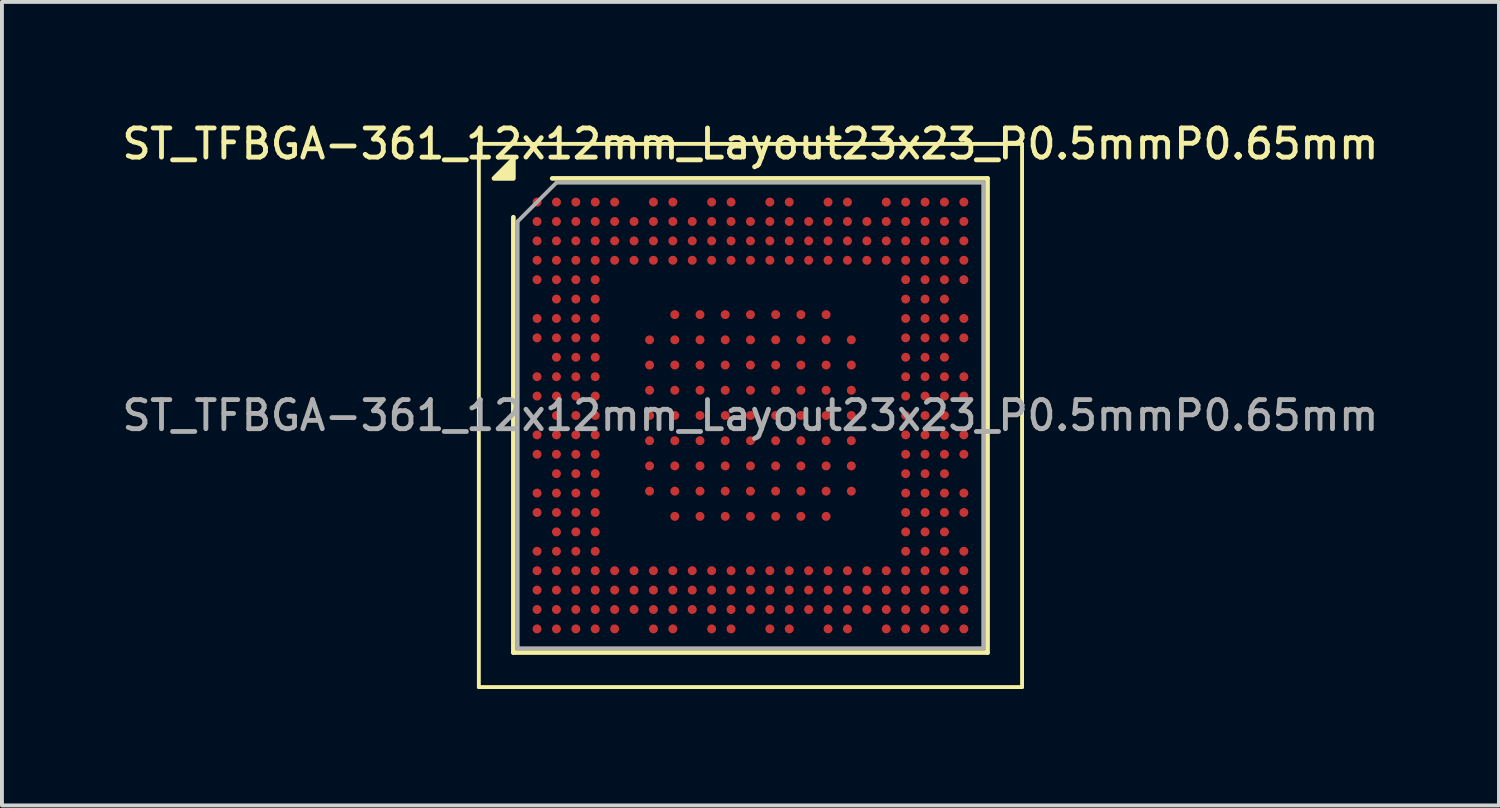
<source format=kicad_pcb>
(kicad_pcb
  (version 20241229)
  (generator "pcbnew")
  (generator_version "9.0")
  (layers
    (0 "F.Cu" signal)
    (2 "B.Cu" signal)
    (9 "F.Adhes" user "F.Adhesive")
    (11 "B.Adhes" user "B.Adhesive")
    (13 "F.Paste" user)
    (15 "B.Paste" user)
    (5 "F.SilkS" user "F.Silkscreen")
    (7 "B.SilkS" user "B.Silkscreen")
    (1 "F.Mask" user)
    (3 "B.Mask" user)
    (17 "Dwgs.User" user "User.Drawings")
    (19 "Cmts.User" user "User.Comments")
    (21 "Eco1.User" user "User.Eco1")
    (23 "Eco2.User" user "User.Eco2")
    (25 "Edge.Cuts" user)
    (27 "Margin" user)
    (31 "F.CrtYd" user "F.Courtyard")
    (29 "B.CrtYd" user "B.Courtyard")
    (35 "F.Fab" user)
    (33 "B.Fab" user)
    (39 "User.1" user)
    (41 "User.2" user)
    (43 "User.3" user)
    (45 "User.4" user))
  (footprint "ST_TFBGA-361_12x12mm_Layout23x23_P0.5mmP0.65mm"
    (layer "F.Cu")
    (at 16.291 7.658)
    (property "Reference" "ST_TFBGA-361_12x12mm_Layout23x23_P0.5mmP0.65mm" (at 0 -7 0) (layer "F.SilkS") (effects (font (size 0.75 0.75) (thickness 0.125))))
    (attr smd)
    (fp_line (start -7 -7) (end -7 7) (stroke (width 0.1) (type solid)) (layer "F.SilkS"))
    (fp_line (start -7 7) (end 7 7) (stroke (width 0.1) (type solid)) (layer "F.SilkS"))
    (fp_line (start -6.11 6.11) (end -6.11 -5.11) (stroke (width 0.12) (type solid)) (layer "F.SilkS"))
    (fp_line (start -5.11 -6.11) (end 6.11 -6.11) (stroke (width 0.12) (type solid)) (layer "F.SilkS"))
    (fp_line (start 6.11 -6.11) (end 6.11 6.11) (stroke (width 0.12) (type solid)) (layer "F.SilkS"))
    (fp_line (start 6.11 6.11) (end -6.11 6.11) (stroke (width 0.12) (type solid)) (layer "F.SilkS"))
    (fp_line (start 7 -7) (end -7 -7) (stroke (width 0.1) (type solid)) (layer "F.SilkS"))
    (fp_line (start 7 7) (end 7 -7) (stroke (width 0.1) (type solid)) (layer "F.SilkS"))
    (fp_poly (pts (xy -6.11 -6.11) (xy -6.61 -6.11) (xy -6.11 -6.61) (xy -6.11 -6.11)) (stroke (width 0.12) (type solid)) (fill yes) (layer "F.SilkS"))
    (fp_line (start -6 -5) (end -5 -6) (stroke (width 0.1) (type solid)) (layer "F.Fab"))
    (fp_line (start -6 6) (end -6 -5) (stroke (width 0.1) (type solid)) (layer "F.Fab"))
    (fp_line (start -5 -6) (end 6 -6) (stroke (width 0.1) (type solid)) (layer "F.Fab"))
    (fp_line (start 6 -6) (end 6 6) (stroke (width 0.1) (type solid)) (layer "F.Fab"))
    (fp_line (start 6 6) (end -6 6) (stroke (width 0.1) (type solid)) (layer "F.Fab"))
    (fp_text user "${REFERENCE}" (at 0 0 0) (layer "F.Fab") (effects (font (size 0.75 0.75) (thickness 0.125))))
    (pad "1A2" smd circle (at -1.95 -2.6) (size 0.23 0.23) (property pad_prop_bga) (layers "F.Cu" "F.Mask" "F.Paste"))
    (pad "1A3" smd circle (at -1.3 -2.6) (size 0.23 0.23) (property pad_prop_bga) (layers "F.Cu" "F.Mask" "F.Paste"))
    (pad "1A4" smd circle (at -0.65 -2.6) (size 0.23 0.23) (property pad_prop_bga) (layers "F.Cu" "F.Mask" "F.Paste"))
    (pad "1A5" smd circle (at 0 -2.6) (size 0.23 0.23) (property pad_prop_bga) (layers "F.Cu" "F.Mask" "F.Paste"))
    (pad "1A6" smd circle (at 0.65 -2.6) (size 0.23 0.23) (property pad_prop_bga) (layers "F.Cu" "F.Mask" "F.Paste"))
    (pad "1A7" smd circle (at 1.3 -2.6) (size 0.23 0.23) (property pad_prop_bga) (layers "F.Cu" "F.Mask" "F.Paste"))
    (pad "1A8" smd circle (at 1.95 -2.6) (size 0.23 0.23) (property pad_prop_bga) (layers "F.Cu" "F.Mask" "F.Paste"))
    (pad "1B1" smd circle (at -2.6 -1.95) (size 0.23 0.23) (property pad_prop_bga) (layers "F.Cu" "F.Mask" "F.Paste"))
    (pad "1B2" smd circle (at -1.95 -1.95) (size 0.23 0.23) (property pad_prop_bga) (layers "F.Cu" "F.Mask" "F.Paste"))
    (pad "1B3" smd circle (at -1.3 -1.95) (size 0.23 0.23) (property pad_prop_bga) (layers "F.Cu" "F.Mask" "F.Paste"))
    (pad "1B4" smd circle (at -0.65 -1.95) (size 0.23 0.23) (property pad_prop_bga) (layers "F.Cu" "F.Mask" "F.Paste"))
    (pad "1B5" smd circle (at 0 -1.95) (size 0.23 0.23) (property pad_prop_bga) (layers "F.Cu" "F.Mask" "F.Paste"))
    (pad "1B6" smd circle (at 0.65 -1.95) (size 0.23 0.23) (property pad_prop_bga) (layers "F.Cu" "F.Mask" "F.Paste"))
    (pad "1B7" smd circle (at 1.3 -1.95) (size 0.23 0.23) (property pad_prop_bga) (layers "F.Cu" "F.Mask" "F.Paste"))
    (pad "1B8" smd circle (at 1.95 -1.95) (size 0.23 0.23) (property pad_prop_bga) (layers "F.Cu" "F.Mask" "F.Paste"))
    (pad "1B9" smd circle (at 2.6 -1.95) (size 0.23 0.23) (property pad_prop_bga) (layers "F.Cu" "F.Mask" "F.Paste"))
    (pad "1C1" smd circle (at -2.6 -1.3) (size 0.23 0.23) (property pad_prop_bga) (layers "F.Cu" "F.Mask" "F.Paste"))
    (pad "1C2" smd circle (at -1.95 -1.3) (size 0.23 0.23) (property pad_prop_bga) (layers "F.Cu" "F.Mask" "F.Paste"))
    (pad "1C3" smd circle (at -1.3 -1.3) (size 0.23 0.23) (property pad_prop_bga) (layers "F.Cu" "F.Mask" "F.Paste"))
    (pad "1C4" smd circle (at -0.65 -1.3) (size 0.23 0.23) (property pad_prop_bga) (layers "F.Cu" "F.Mask" "F.Paste"))
    (pad "1C5" smd circle (at 0 -1.3) (size 0.23 0.23) (property pad_prop_bga) (layers "F.Cu" "F.Mask" "F.Paste"))
    (pad "1C6" smd circle (at 0.65 -1.3) (size 0.23 0.23) (property pad_prop_bga) (layers "F.Cu" "F.Mask" "F.Paste"))
    (pad "1C7" smd circle (at 1.3 -1.3) (size 0.23 0.23) (property pad_prop_bga) (layers "F.Cu" "F.Mask" "F.Paste"))
    (pad "1C8" smd circle (at 1.95 -1.3) (size 0.23 0.23) (property pad_prop_bga) (layers "F.Cu" "F.Mask" "F.Paste"))
    (pad "1C9" smd circle (at 2.6 -1.3) (size 0.23 0.23) (property pad_prop_bga) (layers "F.Cu" "F.Mask" "F.Paste"))
    (pad "1D1" smd circle (at -2.6 -0.65) (size 0.23 0.23) (property pad_prop_bga) (layers "F.Cu" "F.Mask" "F.Paste"))
    (pad "1D2" smd circle (at -1.95 -0.65) (size 0.23 0.23) (property pad_prop_bga) (layers "F.Cu" "F.Mask" "F.Paste"))
    (pad "1D3" smd circle (at -1.3 -0.65) (size 0.23 0.23) (property pad_prop_bga) (layers "F.Cu" "F.Mask" "F.Paste"))
    (pad "1D4" smd circle (at -0.65 -0.65) (size 0.23 0.23) (property pad_prop_bga) (layers "F.Cu" "F.Mask" "F.Paste"))
    (pad "1D5" smd circle (at 0 -0.65) (size 0.23 0.23) (property pad_prop_bga) (layers "F.Cu" "F.Mask" "F.Paste"))
    (pad "1D6" smd circle (at 0.65 -0.65) (size 0.23 0.23) (property pad_prop_bga) (layers "F.Cu" "F.Mask" "F.Paste"))
    (pad "1D7" smd circle (at 1.3 -0.65) (size 0.23 0.23) (property pad_prop_bga) (layers "F.Cu" "F.Mask" "F.Paste"))
    (pad "1D8" smd circle (at 1.95 -0.65) (size 0.23 0.23) (property pad_prop_bga) (layers "F.Cu" "F.Mask" "F.Paste"))
    (pad "1D9" smd circle (at 2.6 -0.65) (size 0.23 0.23) (property pad_prop_bga) (layers "F.Cu" "F.Mask" "F.Paste"))
    (pad "1E1" smd circle (at -2.6 0) (size 0.23 0.23) (property pad_prop_bga) (layers "F.Cu" "F.Mask" "F.Paste"))
    (pad "1E2" smd circle (at -1.95 0) (size 0.23 0.23) (property pad_prop_bga) (layers "F.Cu" "F.Mask" "F.Paste"))
    (pad "1E3" smd circle (at -1.3 0) (size 0.23 0.23) (property pad_prop_bga) (layers "F.Cu" "F.Mask" "F.Paste"))
    (pad "1E4" smd circle (at -0.65 0) (size 0.23 0.23) (property pad_prop_bga) (layers "F.Cu" "F.Mask" "F.Paste"))
    (pad "1E5" smd circle (at 0 0) (size 0.23 0.23) (property pad_prop_bga) (layers "F.Cu" "F.Mask" "F.Paste"))
    (pad "1E6" smd circle (at 0.65 0) (size 0.23 0.23) (property pad_prop_bga) (layers "F.Cu" "F.Mask" "F.Paste"))
    (pad "1E7" smd circle (at 1.3 0) (size 0.23 0.23) (property pad_prop_bga) (layers "F.Cu" "F.Mask" "F.Paste"))
    (pad "1E8" smd circle (at 1.95 0) (size 0.23 0.23) (property pad_prop_bga) (layers "F.Cu" "F.Mask" "F.Paste"))
    (pad "1E9" smd circle (at 2.6 0) (size 0.23 0.23) (property pad_prop_bga) (layers "F.Cu" "F.Mask" "F.Paste"))
    (pad "1F1" smd circle (at -2.6 0.65) (size 0.23 0.23) (property pad_prop_bga) (layers "F.Cu" "F.Mask" "F.Paste"))
    (pad "1F2" smd circle (at -1.95 0.65) (size 0.23 0.23) (property pad_prop_bga) (layers "F.Cu" "F.Mask" "F.Paste"))
    (pad "1F3" smd circle (at -1.3 0.65) (size 0.23 0.23) (property pad_prop_bga) (layers "F.Cu" "F.Mask" "F.Paste"))
    (pad "1F4" smd circle (at -0.65 0.65) (size 0.23 0.23) (property pad_prop_bga) (layers "F.Cu" "F.Mask" "F.Paste"))
    (pad "1F5" smd circle (at 0 0.65) (size 0.23 0.23) (property pad_prop_bga) (layers "F.Cu" "F.Mask" "F.Paste"))
    (pad "1F6" smd circle (at 0.65 0.65) (size 0.23 0.23) (property pad_prop_bga) (layers "F.Cu" "F.Mask" "F.Paste"))
    (pad "1F7" smd circle (at 1.3 0.65) (size 0.23 0.23) (property pad_prop_bga) (layers "F.Cu" "F.Mask" "F.Paste"))
    (pad "1F8" smd circle (at 1.95 0.65) (size 0.23 0.23) (property pad_prop_bga) (layers "F.Cu" "F.Mask" "F.Paste"))
    (pad "1F9" smd circle (at 2.6 0.65) (size 0.23 0.23) (property pad_prop_bga) (layers "F.Cu" "F.Mask" "F.Paste"))
    (pad "1G1" smd circle (at -2.6 1.3) (size 0.23 0.23) (property pad_prop_bga) (layers "F.Cu" "F.Mask" "F.Paste"))
    (pad "1G2" smd circle (at -1.95 1.3) (size 0.23 0.23) (property pad_prop_bga) (layers "F.Cu" "F.Mask" "F.Paste"))
    (pad "1G3" smd circle (at -1.3 1.3) (size 0.23 0.23) (property pad_prop_bga) (layers "F.Cu" "F.Mask" "F.Paste"))
    (pad "1G4" smd circle (at -0.65 1.3) (size 0.23 0.23) (property pad_prop_bga) (layers "F.Cu" "F.Mask" "F.Paste"))
    (pad "1G5" smd circle (at 0 1.3) (size 0.23 0.23) (property pad_prop_bga) (layers "F.Cu" "F.Mask" "F.Paste"))
    (pad "1G6" smd circle (at 0.65 1.3) (size 0.23 0.23) (property pad_prop_bga) (layers "F.Cu" "F.Mask" "F.Paste"))
    (pad "1G7" smd circle (at 1.3 1.3) (size 0.23 0.23) (property pad_prop_bga) (layers "F.Cu" "F.Mask" "F.Paste"))
    (pad "1G8" smd circle (at 1.95 1.3) (size 0.23 0.23) (property pad_prop_bga) (layers "F.Cu" "F.Mask" "F.Paste"))
    (pad "1G9" smd circle (at 2.6 1.3) (size 0.23 0.23) (property pad_prop_bga) (layers "F.Cu" "F.Mask" "F.Paste"))
    (pad "1H1" smd circle (at -2.6 1.95) (size 0.23 0.23) (property pad_prop_bga) (layers "F.Cu" "F.Mask" "F.Paste"))
    (pad "1H2" smd circle (at -1.95 1.95) (size 0.23 0.23) (property pad_prop_bga) (layers "F.Cu" "F.Mask" "F.Paste"))
    (pad "1H3" smd circle (at -1.3 1.95) (size 0.23 0.23) (property pad_prop_bga) (layers "F.Cu" "F.Mask" "F.Paste"))
    (pad "1H4" smd circle (at -0.65 1.95) (size 0.23 0.23) (property pad_prop_bga) (layers "F.Cu" "F.Mask" "F.Paste"))
    (pad "1H5" smd circle (at 0 1.95) (size 0.23 0.23) (property pad_prop_bga) (layers "F.Cu" "F.Mask" "F.Paste"))
    (pad "1H6" smd circle (at 0.65 1.95) (size 0.23 0.23) (property pad_prop_bga) (layers "F.Cu" "F.Mask" "F.Paste"))
    (pad "1H7" smd circle (at 1.3 1.95) (size 0.23 0.23) (property pad_prop_bga) (layers "F.Cu" "F.Mask" "F.Paste"))
    (pad "1H8" smd circle (at 1.95 1.95) (size 0.23 0.23) (property pad_prop_bga) (layers "F.Cu" "F.Mask" "F.Paste"))
    (pad "1H9" smd circle (at 2.6 1.95) (size 0.23 0.23) (property pad_prop_bga) (layers "F.Cu" "F.Mask" "F.Paste"))
    (pad "1J2" smd circle (at -1.95 2.6) (size 0.23 0.23) (property pad_prop_bga) (layers "F.Cu" "F.Mask" "F.Paste"))
    (pad "1J3" smd circle (at -1.3 2.6) (size 0.23 0.23) (property pad_prop_bga) (layers "F.Cu" "F.Mask" "F.Paste"))
    (pad "1J4" smd circle (at -0.65 2.6) (size 0.23 0.23) (property pad_prop_bga) (layers "F.Cu" "F.Mask" "F.Paste"))
    (pad "1J5" smd circle (at 0 2.6) (size 0.23 0.23) (property pad_prop_bga) (layers "F.Cu" "F.Mask" "F.Paste"))
    (pad "1J6" smd circle (at 0.65 2.6) (size 0.23 0.23) (property pad_prop_bga) (layers "F.Cu" "F.Mask" "F.Paste"))
    (pad "1J7" smd circle (at 1.3 2.6) (size 0.23 0.23) (property pad_prop_bga) (layers "F.Cu" "F.Mask" "F.Paste"))
    (pad "1J8" smd circle (at 1.95 2.6) (size 0.23 0.23) (property pad_prop_bga) (layers "F.Cu" "F.Mask" "F.Paste"))
    (pad "A1" smd circle (at -5.5 -5.5) (size 0.23 0.23) (property pad_prop_bga) (layers "F.Cu" "F.Mask" "F.Paste"))
    (pad "A2" smd circle (at -5 -5.5) (size 0.23 0.23) (property pad_prop_bga) (layers "F.Cu" "F.Mask" "F.Paste"))
    (pad "A3" smd circle (at -4.5 -5.5) (size 0.23 0.23) (property pad_prop_bga) (layers "F.Cu" "F.Mask" "F.Paste"))
    (pad "A4" smd circle (at -4 -5.5) (size 0.23 0.23) (property pad_prop_bga) (layers "F.Cu" "F.Mask" "F.Paste"))
    (pad "A5" smd circle (at -3.5 -5.5) (size 0.23 0.23) (property pad_prop_bga) (layers "F.Cu" "F.Mask" "F.Paste"))
    (pad "A7" smd circle (at -2.5 -5.5) (size 0.23 0.23) (property pad_prop_bga) (layers "F.Cu" "F.Mask" "F.Paste"))
    (pad "A8" smd circle (at -2 -5.5) (size 0.23 0.23) (property pad_prop_bga) (layers "F.Cu" "F.Mask" "F.Paste"))
    (pad "A10" smd circle (at -1 -5.5) (size 0.23 0.23) (property pad_prop_bga) (layers "F.Cu" "F.Mask" "F.Paste"))
    (pad "A11" smd circle (at -0.5 -5.5) (size 0.23 0.23) (property pad_prop_bga) (layers "F.Cu" "F.Mask" "F.Paste"))
    (pad "A13" smd circle (at 0.5 -5.5) (size 0.23 0.23) (property pad_prop_bga) (layers "F.Cu" "F.Mask" "F.Paste"))
    (pad "A14" smd circle (at 1 -5.5) (size 0.23 0.23) (property pad_prop_bga) (layers "F.Cu" "F.Mask" "F.Paste"))
    (pad "A16" smd circle (at 2 -5.5) (size 0.23 0.23) (property pad_prop_bga) (layers "F.Cu" "F.Mask" "F.Paste"))
    (pad "A17" smd circle (at 2.5 -5.5) (size 0.23 0.23) (property pad_prop_bga) (layers "F.Cu" "F.Mask" "F.Paste"))
    (pad "A19" smd circle (at 3.5 -5.5) (size 0.23 0.23) (property pad_prop_bga) (layers "F.Cu" "F.Mask" "F.Paste"))
    (pad "A20" smd circle (at 4 -5.5) (size 0.23 0.23) (property pad_prop_bga) (layers "F.Cu" "F.Mask" "F.Paste"))
    (pad "A21" smd circle (at 4.5 -5.5) (size 0.23 0.23) (property pad_prop_bga) (layers "F.Cu" "F.Mask" "F.Paste"))
    (pad "A22" smd circle (at 5 -5.5) (size 0.23 0.23) (property pad_prop_bga) (layers "F.Cu" "F.Mask" "F.Paste"))
    (pad "A23" smd circle (at 5.5 -5.5) (size 0.23 0.23) (property pad_prop_bga) (layers "F.Cu" "F.Mask" "F.Paste"))
    (pad "AA1" smd circle (at -5.5 4.5) (size 0.23 0.23) (property pad_prop_bga) (layers "F.Cu" "F.Mask" "F.Paste"))
    (pad "AA2" smd circle (at -5 4.5) (size 0.23 0.23) (property pad_prop_bga) (layers "F.Cu" "F.Mask" "F.Paste"))
    (pad "AA3" smd circle (at -4.5 4.5) (size 0.23 0.23) (property pad_prop_bga) (layers "F.Cu" "F.Mask" "F.Paste"))
    (pad "AA4" smd circle (at -4 4.5) (size 0.23 0.23) (property pad_prop_bga) (layers "F.Cu" "F.Mask" "F.Paste"))
    (pad "AA5" smd circle (at -3.5 4.5) (size 0.23 0.23) (property pad_prop_bga) (layers "F.Cu" "F.Mask" "F.Paste"))
    (pad "AA6" smd circle (at -3 4.5) (size 0.23 0.23) (property pad_prop_bga) (layers "F.Cu" "F.Mask" "F.Paste"))
    (pad "AA7" smd circle (at -2.5 4.5) (size 0.23 0.23) (property pad_prop_bga) (layers "F.Cu" "F.Mask" "F.Paste"))
    (pad "AA8" smd circle (at -2 4.5) (size 0.23 0.23) (property pad_prop_bga) (layers "F.Cu" "F.Mask" "F.Paste"))
    (pad "AA9" smd circle (at -1.5 4.5) (size 0.23 0.23) (property pad_prop_bga) (layers "F.Cu" "F.Mask" "F.Paste"))
    (pad "AA10" smd circle (at -1 4.5) (size 0.23 0.23) (property pad_prop_bga) (layers "F.Cu" "F.Mask" "F.Paste"))
    (pad "AA11" smd circle (at -0.5 4.5) (size 0.23 0.23) (property pad_prop_bga) (layers "F.Cu" "F.Mask" "F.Paste"))
    (pad "AA12" smd circle (at 0 4.5) (size 0.23 0.23) (property pad_prop_bga) (layers "F.Cu" "F.Mask" "F.Paste"))
    (pad "AA13" smd circle (at 0.5 4.5) (size 0.23 0.23) (property pad_prop_bga) (layers "F.Cu" "F.Mask" "F.Paste"))
    (pad "AA14" smd circle (at 1 4.5) (size 0.23 0.23) (property pad_prop_bga) (layers "F.Cu" "F.Mask" "F.Paste"))
    (pad "AA15" smd circle (at 1.5 4.5) (size 0.23 0.23) (property pad_prop_bga) (layers "F.Cu" "F.Mask" "F.Paste"))
    (pad "AA16" smd circle (at 2 4.5) (size 0.23 0.23) (property pad_prop_bga) (layers "F.Cu" "F.Mask" "F.Paste"))
    (pad "AA17" smd circle (at 2.5 4.5) (size 0.23 0.23) (property pad_prop_bga) (layers "F.Cu" "F.Mask" "F.Paste"))
    (pad "AA18" smd circle (at 3 4.5) (size 0.23 0.23) (property pad_prop_bga) (layers "F.Cu" "F.Mask" "F.Paste"))
    (pad "AA19" smd circle (at 3.5 4.5) (size 0.23 0.23) (property pad_prop_bga) (layers "F.Cu" "F.Mask" "F.Paste"))
    (pad "AA20" smd circle (at 4 4.5) (size 0.23 0.23) (property pad_prop_bga) (layers "F.Cu" "F.Mask" "F.Paste"))
    (pad "AA21" smd circle (at 4.5 4.5) (size 0.23 0.23) (property pad_prop_bga) (layers "F.Cu" "F.Mask" "F.Paste"))
    (pad "AA22" smd circle (at 5 4.5) (size 0.23 0.23) (property pad_prop_bga) (layers "F.Cu" "F.Mask" "F.Paste"))
    (pad "AA23" smd circle (at 5.5 4.5) (size 0.23 0.23) (property pad_prop_bga) (layers "F.Cu" "F.Mask" "F.Paste"))
    (pad "AB1" smd circle (at -5.5 5) (size 0.23 0.23) (property pad_prop_bga) (layers "F.Cu" "F.Mask" "F.Paste"))
    (pad "AB2" smd circle (at -5 5) (size 0.23 0.23) (property pad_prop_bga) (layers "F.Cu" "F.Mask" "F.Paste"))
    (pad "AB3" smd circle (at -4.5 5) (size 0.23 0.23) (property pad_prop_bga) (layers "F.Cu" "F.Mask" "F.Paste"))
    (pad "AB4" smd circle (at -4 5) (size 0.23 0.23) (property pad_prop_bga) (layers "F.Cu" "F.Mask" "F.Paste"))
    (pad "AB5" smd circle (at -3.5 5) (size 0.23 0.23) (property pad_prop_bga) (layers "F.Cu" "F.Mask" "F.Paste"))
    (pad "AB6" smd circle (at -3 5) (size 0.23 0.23) (property pad_prop_bga) (layers "F.Cu" "F.Mask" "F.Paste"))
    (pad "AB7" smd circle (at -2.5 5) (size 0.23 0.23) (property pad_prop_bga) (layers "F.Cu" "F.Mask" "F.Paste"))
    (pad "AB8" smd circle (at -2 5) (size 0.23 0.23) (property pad_prop_bga) (layers "F.Cu" "F.Mask" "F.Paste"))
    (pad "AB9" smd circle (at -1.5 5) (size 0.23 0.23) (property pad_prop_bga) (layers "F.Cu" "F.Mask" "F.Paste"))
    (pad "AB10" smd circle (at -1 5) (size 0.23 0.23) (property pad_prop_bga) (layers "F.Cu" "F.Mask" "F.Paste"))
    (pad "AB11" smd circle (at -0.5 5) (size 0.23 0.23) (property pad_prop_bga) (layers "F.Cu" "F.Mask" "F.Paste"))
    (pad "AB12" smd circle (at 0 5) (size 0.23 0.23) (property pad_prop_bga) (layers "F.Cu" "F.Mask" "F.Paste"))
    (pad "AB13" smd circle (at 0.5 5) (size 0.23 0.23) (property pad_prop_bga) (layers "F.Cu" "F.Mask" "F.Paste"))
    (pad "AB14" smd circle (at 1 5) (size 0.23 0.23) (property pad_prop_bga) (layers "F.Cu" "F.Mask" "F.Paste"))
    (pad "AB15" smd circle (at 1.5 5) (size 0.23 0.23) (property pad_prop_bga) (layers "F.Cu" "F.Mask" "F.Paste"))
    (pad "AB16" smd circle (at 2 5) (size 0.23 0.23) (property pad_prop_bga) (layers "F.Cu" "F.Mask" "F.Paste"))
    (pad "AB17" smd circle (at 2.5 5) (size 0.23 0.23) (property pad_prop_bga) (layers "F.Cu" "F.Mask" "F.Paste"))
    (pad "AB18" smd circle (at 3 5) (size 0.23 0.23) (property pad_prop_bga) (layers "F.Cu" "F.Mask" "F.Paste"))
    (pad "AB19" smd circle (at 3.5 5) (size 0.23 0.23) (property pad_prop_bga) (layers "F.Cu" "F.Mask" "F.Paste"))
    (pad "AB20" smd circle (at 4 5) (size 0.23 0.23) (property pad_prop_bga) (layers "F.Cu" "F.Mask" "F.Paste"))
    (pad "AB21" smd circle (at 4.5 5) (size 0.23 0.23) (property pad_prop_bga) (layers "F.Cu" "F.Mask" "F.Paste"))
    (pad "AB22" smd circle (at 5 5) (size 0.23 0.23) (property pad_prop_bga) (layers "F.Cu" "F.Mask" "F.Paste"))
    (pad "AB23" smd circle (at 5.5 5) (size 0.23 0.23) (property pad_prop_bga) (layers "F.Cu" "F.Mask" "F.Paste"))
    (pad "AC1" smd circle (at -5.5 5.5) (size 0.23 0.23) (property pad_prop_bga) (layers "F.Cu" "F.Mask" "F.Paste"))
    (pad "AC2" smd circle (at -5 5.5) (size 0.23 0.23) (property pad_prop_bga) (layers "F.Cu" "F.Mask" "F.Paste"))
    (pad "AC3" smd circle (at -4.5 5.5) (size 0.23 0.23) (property pad_prop_bga) (layers "F.Cu" "F.Mask" "F.Paste"))
    (pad "AC4" smd circle (at -4 5.5) (size 0.23 0.23) (property pad_prop_bga) (layers "F.Cu" "F.Mask" "F.Paste"))
    (pad "AC5" smd circle (at -3.5 5.5) (size 0.23 0.23) (property pad_prop_bga) (layers "F.Cu" "F.Mask" "F.Paste"))
    (pad "AC7" smd circle (at -2.5 5.5) (size 0.23 0.23) (property pad_prop_bga) (layers "F.Cu" "F.Mask" "F.Paste"))
    (pad "AC8" smd circle (at -2 5.5) (size 0.23 0.23) (property pad_prop_bga) (layers "F.Cu" "F.Mask" "F.Paste"))
    (pad "AC10" smd circle (at -1 5.5) (size 0.23 0.23) (property pad_prop_bga) (layers "F.Cu" "F.Mask" "F.Paste"))
    (pad "AC11" smd circle (at -0.5 5.5) (size 0.23 0.23) (property pad_prop_bga) (layers "F.Cu" "F.Mask" "F.Paste"))
    (pad "AC13" smd circle (at 0.5 5.5) (size 0.23 0.23) (property pad_prop_bga) (layers "F.Cu" "F.Mask" "F.Paste"))
    (pad "AC14" smd circle (at 1 5.5) (size 0.23 0.23) (property pad_prop_bga) (layers "F.Cu" "F.Mask" "F.Paste"))
    (pad "AC16" smd circle (at 2 5.5) (size 0.23 0.23) (property pad_prop_bga) (layers "F.Cu" "F.Mask" "F.Paste"))
    (pad "AC17" smd circle (at 2.5 5.5) (size 0.23 0.23) (property pad_prop_bga) (layers "F.Cu" "F.Mask" "F.Paste"))
    (pad "AC19" smd circle (at 3.5 5.5) (size 0.23 0.23) (property pad_prop_bga) (layers "F.Cu" "F.Mask" "F.Paste"))
    (pad "AC20" smd circle (at 4 5.5) (size 0.23 0.23) (property pad_prop_bga) (layers "F.Cu" "F.Mask" "F.Paste"))
    (pad "AC21" smd circle (at 4.5 5.5) (size 0.23 0.23) (property pad_prop_bga) (layers "F.Cu" "F.Mask" "F.Paste"))
    (pad "AC22" smd circle (at 5 5.5) (size 0.23 0.23) (property pad_prop_bga) (layers "F.Cu" "F.Mask" "F.Paste"))
    (pad "AC23" smd circle (at 5.5 5.5) (size 0.23 0.23) (property pad_prop_bga) (layers "F.Cu" "F.Mask" "F.Paste"))
    (pad "B1" smd circle (at -5.5 -5) (size 0.23 0.23) (property pad_prop_bga) (layers "F.Cu" "F.Mask" "F.Paste"))
    (pad "B2" smd circle (at -5 -5) (size 0.23 0.23) (property pad_prop_bga) (layers "F.Cu" "F.Mask" "F.Paste"))
    (pad "B3" smd circle (at -4.5 -5) (size 0.23 0.23) (property pad_prop_bga) (layers "F.Cu" "F.Mask" "F.Paste"))
    (pad "B4" smd circle (at -4 -5) (size 0.23 0.23) (property pad_prop_bga) (layers "F.Cu" "F.Mask" "F.Paste"))
    (pad "B5" smd circle (at -3.5 -5) (size 0.23 0.23) (property pad_prop_bga) (layers "F.Cu" "F.Mask" "F.Paste"))
    (pad "B6" smd circle (at -3 -5) (size 0.23 0.23) (property pad_prop_bga) (layers "F.Cu" "F.Mask" "F.Paste"))
    (pad "B7" smd circle (at -2.5 -5) (size 0.23 0.23) (property pad_prop_bga) (layers "F.Cu" "F.Mask" "F.Paste"))
    (pad "B8" smd circle (at -2 -5) (size 0.23 0.23) (property pad_prop_bga) (layers "F.Cu" "F.Mask" "F.Paste"))
    (pad "B9" smd circle (at -1.5 -5) (size 0.23 0.23) (property pad_prop_bga) (layers "F.Cu" "F.Mask" "F.Paste"))
    (pad "B10" smd circle (at -1 -5) (size 0.23 0.23) (property pad_prop_bga) (layers "F.Cu" "F.Mask" "F.Paste"))
    (pad "B11" smd circle (at -0.5 -5) (size 0.23 0.23) (property pad_prop_bga) (layers "F.Cu" "F.Mask" "F.Paste"))
    (pad "B12" smd circle (at 0 -5) (size 0.23 0.23) (property pad_prop_bga) (layers "F.Cu" "F.Mask" "F.Paste"))
    (pad "B13" smd circle (at 0.5 -5) (size 0.23 0.23) (property pad_prop_bga) (layers "F.Cu" "F.Mask" "F.Paste"))
    (pad "B14" smd circle (at 1 -5) (size 0.23 0.23) (property pad_prop_bga) (layers "F.Cu" "F.Mask" "F.Paste"))
    (pad "B15" smd circle (at 1.5 -5) (size 0.23 0.23) (property pad_prop_bga) (layers "F.Cu" "F.Mask" "F.Paste"))
    (pad "B16" smd circle (at 2 -5) (size 0.23 0.23) (property pad_prop_bga) (layers "F.Cu" "F.Mask" "F.Paste"))
    (pad "B17" smd circle (at 2.5 -5) (size 0.23 0.23) (property pad_prop_bga) (layers "F.Cu" "F.Mask" "F.Paste"))
    (pad "B18" smd circle (at 3 -5) (size 0.23 0.23) (property pad_prop_bga) (layers "F.Cu" "F.Mask" "F.Paste"))
    (pad "B19" smd circle (at 3.5 -5) (size 0.23 0.23) (property pad_prop_bga) (layers "F.Cu" "F.Mask" "F.Paste"))
    (pad "B20" smd circle (at 4 -5) (size 0.23 0.23) (property pad_prop_bga) (layers "F.Cu" "F.Mask" "F.Paste"))
    (pad "B21" smd circle (at 4.5 -5) (size 0.23 0.23) (property pad_prop_bga) (layers "F.Cu" "F.Mask" "F.Paste"))
    (pad "B22" smd circle (at 5 -5) (size 0.23 0.23) (property pad_prop_bga) (layers "F.Cu" "F.Mask" "F.Paste"))
    (pad "B23" smd circle (at 5.5 -5) (size 0.23 0.23) (property pad_prop_bga) (layers "F.Cu" "F.Mask" "F.Paste"))
    (pad "C1" smd circle (at -5.5 -4.5) (size 0.23 0.23) (property pad_prop_bga) (layers "F.Cu" "F.Mask" "F.Paste"))
    (pad "C2" smd circle (at -5 -4.5) (size 0.23 0.23) (property pad_prop_bga) (layers "F.Cu" "F.Mask" "F.Paste"))
    (pad "C3" smd circle (at -4.5 -4.5) (size 0.23 0.23) (property pad_prop_bga) (layers "F.Cu" "F.Mask" "F.Paste"))
    (pad "C4" smd circle (at -4 -4.5) (size 0.23 0.23) (property pad_prop_bga) (layers "F.Cu" "F.Mask" "F.Paste"))
    (pad "C5" smd circle (at -3.5 -4.5) (size 0.23 0.23) (property pad_prop_bga) (layers "F.Cu" "F.Mask" "F.Paste"))
    (pad "C6" smd circle (at -3 -4.5) (size 0.23 0.23) (property pad_prop_bga) (layers "F.Cu" "F.Mask" "F.Paste"))
    (pad "C7" smd circle (at -2.5 -4.5) (size 0.23 0.23) (property pad_prop_bga) (layers "F.Cu" "F.Mask" "F.Paste"))
    (pad "C8" smd circle (at -2 -4.5) (size 0.23 0.23) (property pad_prop_bga) (layers "F.Cu" "F.Mask" "F.Paste"))
    (pad "C9" smd circle (at -1.5 -4.5) (size 0.23 0.23) (property pad_prop_bga) (layers "F.Cu" "F.Mask" "F.Paste"))
    (pad "C10" smd circle (at -1 -4.5) (size 0.23 0.23) (property pad_prop_bga) (layers "F.Cu" "F.Mask" "F.Paste"))
    (pad "C11" smd circle (at -0.5 -4.5) (size 0.23 0.23) (property pad_prop_bga) (layers "F.Cu" "F.Mask" "F.Paste"))
    (pad "C12" smd circle (at 0 -4.5) (size 0.23 0.23) (property pad_prop_bga) (layers "F.Cu" "F.Mask" "F.Paste"))
    (pad "C13" smd circle (at 0.5 -4.5) (size 0.23 0.23) (property pad_prop_bga) (layers "F.Cu" "F.Mask" "F.Paste"))
    (pad "C14" smd circle (at 1 -4.5) (size 0.23 0.23) (property pad_prop_bga) (layers "F.Cu" "F.Mask" "F.Paste"))
    (pad "C15" smd circle (at 1.5 -4.5) (size 0.23 0.23) (property pad_prop_bga) (layers "F.Cu" "F.Mask" "F.Paste"))
    (pad "C16" smd circle (at 2 -4.5) (size 0.23 0.23) (property pad_prop_bga) (layers "F.Cu" "F.Mask" "F.Paste"))
    (pad "C17" smd circle (at 2.5 -4.5) (size 0.23 0.23) (property pad_prop_bga) (layers "F.Cu" "F.Mask" "F.Paste"))
    (pad "C18" smd circle (at 3 -4.5) (size 0.23 0.23) (property pad_prop_bga) (layers "F.Cu" "F.Mask" "F.Paste"))
    (pad "C19" smd circle (at 3.5 -4.5) (size 0.23 0.23) (property pad_prop_bga) (layers "F.Cu" "F.Mask" "F.Paste"))
    (pad "C20" smd circle (at 4 -4.5) (size 0.23 0.23) (property pad_prop_bga) (layers "F.Cu" "F.Mask" "F.Paste"))
    (pad "C21" smd circle (at 4.5 -4.5) (size 0.23 0.23) (property pad_prop_bga) (layers "F.Cu" "F.Mask" "F.Paste"))
    (pad "C22" smd circle (at 5 -4.5) (size 0.23 0.23) (property pad_prop_bga) (layers "F.Cu" "F.Mask" "F.Paste"))
    (pad "C23" smd circle (at 5.5 -4.5) (size 0.23 0.23) (property pad_prop_bga) (layers "F.Cu" "F.Mask" "F.Paste"))
    (pad "D1" smd circle (at -5.5 -4) (size 0.23 0.23) (property pad_prop_bga) (layers "F.Cu" "F.Mask" "F.Paste"))
    (pad "D2" smd circle (at -5 -4) (size 0.23 0.23) (property pad_prop_bga) (layers "F.Cu" "F.Mask" "F.Paste"))
    (pad "D3" smd circle (at -4.5 -4) (size 0.23 0.23) (property pad_prop_bga) (layers "F.Cu" "F.Mask" "F.Paste"))
    (pad "D4" smd circle (at -4 -4) (size 0.23 0.23) (property pad_prop_bga) (layers "F.Cu" "F.Mask" "F.Paste"))
    (pad "D5" smd circle (at -3.5 -4) (size 0.23 0.23) (property pad_prop_bga) (layers "F.Cu" "F.Mask" "F.Paste"))
    (pad "D6" smd circle (at -3 -4) (size 0.23 0.23) (property pad_prop_bga) (layers "F.Cu" "F.Mask" "F.Paste"))
    (pad "D7" smd circle (at -2.5 -4) (size 0.23 0.23) (property pad_prop_bga) (layers "F.Cu" "F.Mask" "F.Paste"))
    (pad "D8" smd circle (at -2 -4) (size 0.23 0.23) (property pad_prop_bga) (layers "F.Cu" "F.Mask" "F.Paste"))
    (pad "D9" smd circle (at -1.5 -4) (size 0.23 0.23) (property pad_prop_bga) (layers "F.Cu" "F.Mask" "F.Paste"))
    (pad "D10" smd circle (at -1 -4) (size 0.23 0.23) (property pad_prop_bga) (layers "F.Cu" "F.Mask" "F.Paste"))
    (pad "D11" smd circle (at -0.5 -4) (size 0.23 0.23) (property pad_prop_bga) (layers "F.Cu" "F.Mask" "F.Paste"))
    (pad "D12" smd circle (at 0 -4) (size 0.23 0.23) (property pad_prop_bga) (layers "F.Cu" "F.Mask" "F.Paste"))
    (pad "D13" smd circle (at 0.5 -4) (size 0.23 0.23) (property pad_prop_bga) (layers "F.Cu" "F.Mask" "F.Paste"))
    (pad "D14" smd circle (at 1 -4) (size 0.23 0.23) (property pad_prop_bga) (layers "F.Cu" "F.Mask" "F.Paste"))
    (pad "D15" smd circle (at 1.5 -4) (size 0.23 0.23) (property pad_prop_bga) (layers "F.Cu" "F.Mask" "F.Paste"))
    (pad "D16" smd circle (at 2 -4) (size 0.23 0.23) (property pad_prop_bga) (layers "F.Cu" "F.Mask" "F.Paste"))
    (pad "D17" smd circle (at 2.5 -4) (size 0.23 0.23) (property pad_prop_bga) (layers "F.Cu" "F.Mask" "F.Paste"))
    (pad "D18" smd circle (at 3 -4) (size 0.23 0.23) (property pad_prop_bga) (layers "F.Cu" "F.Mask" "F.Paste"))
    (pad "D19" smd circle (at 3.5 -4) (size 0.23 0.23) (property pad_prop_bga) (layers "F.Cu" "F.Mask" "F.Paste"))
    (pad "D20" smd circle (at 4 -4) (size 0.23 0.23) (property pad_prop_bga) (layers "F.Cu" "F.Mask" "F.Paste"))
    (pad "D21" smd circle (at 4.5 -4) (size 0.23 0.23) (property pad_prop_bga) (layers "F.Cu" "F.Mask" "F.Paste"))
    (pad "D22" smd circle (at 5 -4) (size 0.23 0.23) (property pad_prop_bga) (layers "F.Cu" "F.Mask" "F.Paste"))
    (pad "D23" smd circle (at 5.5 -4) (size 0.23 0.23) (property pad_prop_bga) (layers "F.Cu" "F.Mask" "F.Paste"))
    (pad "E1" smd circle (at -5.5 -3.5) (size 0.23 0.23) (property pad_prop_bga) (layers "F.Cu" "F.Mask" "F.Paste"))
    (pad "E2" smd circle (at -5 -3.5) (size 0.23 0.23) (property pad_prop_bga) (layers "F.Cu" "F.Mask" "F.Paste"))
    (pad "E3" smd circle (at -4.5 -3.5) (size 0.23 0.23) (property pad_prop_bga) (layers "F.Cu" "F.Mask" "F.Paste"))
    (pad "E4" smd circle (at -4 -3.5) (size 0.23 0.23) (property pad_prop_bga) (layers "F.Cu" "F.Mask" "F.Paste"))
    (pad "E20" smd circle (at 4 -3.5) (size 0.23 0.23) (property pad_prop_bga) (layers "F.Cu" "F.Mask" "F.Paste"))
    (pad "E21" smd circle (at 4.5 -3.5) (size 0.23 0.23) (property pad_prop_bga) (layers "F.Cu" "F.Mask" "F.Paste"))
    (pad "E22" smd circle (at 5 -3.5) (size 0.23 0.23) (property pad_prop_bga) (layers "F.Cu" "F.Mask" "F.Paste"))
    (pad "E23" smd circle (at 5.5 -3.5) (size 0.23 0.23) (property pad_prop_bga) (layers "F.Cu" "F.Mask" "F.Paste"))
    (pad "F2" smd circle (at -5 -3) (size 0.23 0.23) (property pad_prop_bga) (layers "F.Cu" "F.Mask" "F.Paste"))
    (pad "F3" smd circle (at -4.5 -3) (size 0.23 0.23) (property pad_prop_bga) (layers "F.Cu" "F.Mask" "F.Paste"))
    (pad "F4" smd circle (at -4 -3) (size 0.23 0.23) (property pad_prop_bga) (layers "F.Cu" "F.Mask" "F.Paste"))
    (pad "F20" smd circle (at 4 -3) (size 0.23 0.23) (property pad_prop_bga) (layers "F.Cu" "F.Mask" "F.Paste"))
    (pad "F21" smd circle (at 4.5 -3) (size 0.23 0.23) (property pad_prop_bga) (layers "F.Cu" "F.Mask" "F.Paste"))
    (pad "F22" smd circle (at 5 -3) (size 0.23 0.23) (property pad_prop_bga) (layers "F.Cu" "F.Mask" "F.Paste"))
    (pad "G1" smd circle (at -5.5 -2.5) (size 0.23 0.23) (property pad_prop_bga) (layers "F.Cu" "F.Mask" "F.Paste"))
    (pad "G2" smd circle (at -5 -2.5) (size 0.23 0.23) (property pad_prop_bga) (layers "F.Cu" "F.Mask" "F.Paste"))
    (pad "G3" smd circle (at -4.5 -2.5) (size 0.23 0.23) (property pad_prop_bga) (layers "F.Cu" "F.Mask" "F.Paste"))
    (pad "G4" smd circle (at -4 -2.5) (size 0.23 0.23) (property pad_prop_bga) (layers "F.Cu" "F.Mask" "F.Paste"))
    (pad "G20" smd circle (at 4 -2.5) (size 0.23 0.23) (property pad_prop_bga) (layers "F.Cu" "F.Mask" "F.Paste"))
    (pad "G21" smd circle (at 4.5 -2.5) (size 0.23 0.23) (property pad_prop_bga) (layers "F.Cu" "F.Mask" "F.Paste"))
    (pad "G22" smd circle (at 5 -2.5) (size 0.23 0.23) (property pad_prop_bga) (layers "F.Cu" "F.Mask" "F.Paste"))
    (pad "G23" smd circle (at 5.5 -2.5) (size 0.23 0.23) (property pad_prop_bga) (layers "F.Cu" "F.Mask" "F.Paste"))
    (pad "H1" smd circle (at -5.5 -2) (size 0.23 0.23) (property pad_prop_bga) (layers "F.Cu" "F.Mask" "F.Paste"))
    (pad "H2" smd circle (at -5 -2) (size 0.23 0.23) (property pad_prop_bga) (layers "F.Cu" "F.Mask" "F.Paste"))
    (pad "H3" smd circle (at -4.5 -2) (size 0.23 0.23) (property pad_prop_bga) (layers "F.Cu" "F.Mask" "F.Paste"))
    (pad "H4" smd circle (at -4 -2) (size 0.23 0.23) (property pad_prop_bga) (layers "F.Cu" "F.Mask" "F.Paste"))
    (pad "H20" smd circle (at 4 -2) (size 0.23 0.23) (property pad_prop_bga) (layers "F.Cu" "F.Mask" "F.Paste"))
    (pad "H21" smd circle (at 4.5 -2) (size 0.23 0.23) (property pad_prop_bga) (layers "F.Cu" "F.Mask" "F.Paste"))
    (pad "H22" smd circle (at 5 -2) (size 0.23 0.23) (property pad_prop_bga) (layers "F.Cu" "F.Mask" "F.Paste"))
    (pad "H23" smd circle (at 5.5 -2) (size 0.23 0.23) (property pad_prop_bga) (layers "F.Cu" "F.Mask" "F.Paste"))
    (pad "J2" smd circle (at -5 -1.5) (size 0.23 0.23) (property pad_prop_bga) (layers "F.Cu" "F.Mask" "F.Paste"))
    (pad "J3" smd circle (at -4.5 -1.5) (size 0.23 0.23) (property pad_prop_bga) (layers "F.Cu" "F.Mask" "F.Paste"))
    (pad "J4" smd circle (at -4 -1.5) (size 0.23 0.23) (property pad_prop_bga) (layers "F.Cu" "F.Mask" "F.Paste"))
    (pad "J20" smd circle (at 4 -1.5) (size 0.23 0.23) (property pad_prop_bga) (layers "F.Cu" "F.Mask" "F.Paste"))
    (pad "J21" smd circle (at 4.5 -1.5) (size 0.23 0.23) (property pad_prop_bga) (layers "F.Cu" "F.Mask" "F.Paste"))
    (pad "J22" smd circle (at 5 -1.5) (size 0.23 0.23) (property pad_prop_bga) (layers "F.Cu" "F.Mask" "F.Paste"))
    (pad "K1" smd circle (at -5.5 -1) (size 0.23 0.23) (property pad_prop_bga) (layers "F.Cu" "F.Mask" "F.Paste"))
    (pad "K2" smd circle (at -5 -1) (size 0.23 0.23) (property pad_prop_bga) (layers "F.Cu" "F.Mask" "F.Paste"))
    (pad "K3" smd circle (at -4.5 -1) (size 0.23 0.23) (property pad_prop_bga) (layers "F.Cu" "F.Mask" "F.Paste"))
    (pad "K4" smd circle (at -4 -1) (size 0.23 0.23) (property pad_prop_bga) (layers "F.Cu" "F.Mask" "F.Paste"))
    (pad "K20" smd circle (at 4 -1) (size 0.23 0.23) (property pad_prop_bga) (layers "F.Cu" "F.Mask" "F.Paste"))
    (pad "K21" smd circle (at 4.5 -1) (size 0.23 0.23) (property pad_prop_bga) (layers "F.Cu" "F.Mask" "F.Paste"))
    (pad "K22" smd circle (at 5 -1) (size 0.23 0.23) (property pad_prop_bga) (layers "F.Cu" "F.Mask" "F.Paste"))
    (pad "K23" smd circle (at 5.5 -1) (size 0.23 0.23) (property pad_prop_bga) (layers "F.Cu" "F.Mask" "F.Paste"))
    (pad "L1" smd circle (at -5.5 -0.5) (size 0.23 0.23) (property pad_prop_bga) (layers "F.Cu" "F.Mask" "F.Paste"))
    (pad "L2" smd circle (at -5 -0.5) (size 0.23 0.23) (property pad_prop_bga) (layers "F.Cu" "F.Mask" "F.Paste"))
    (pad "L3" smd circle (at -4.5 -0.5) (size 0.23 0.23) (property pad_prop_bga) (layers "F.Cu" "F.Mask" "F.Paste"))
    (pad "L4" smd circle (at -4 -0.5) (size 0.23 0.23) (property pad_prop_bga) (layers "F.Cu" "F.Mask" "F.Paste"))
    (pad "L20" smd circle (at 4 -0.5) (size 0.23 0.23) (property pad_prop_bga) (layers "F.Cu" "F.Mask" "F.Paste"))
    (pad "L21" smd circle (at 4.5 -0.5) (size 0.23 0.23) (property pad_prop_bga) (layers "F.Cu" "F.Mask" "F.Paste"))
    (pad "L22" smd circle (at 5 -0.5) (size 0.23 0.23) (property pad_prop_bga) (layers "F.Cu" "F.Mask" "F.Paste"))
    (pad "L23" smd circle (at 5.5 -0.5) (size 0.23 0.23) (property pad_prop_bga) (layers "F.Cu" "F.Mask" "F.Paste"))
    (pad "M2" smd circle (at -5 0) (size 0.23 0.23) (property pad_prop_bga) (layers "F.Cu" "F.Mask" "F.Paste"))
    (pad "M3" smd circle (at -4.5 0) (size 0.23 0.23) (property pad_prop_bga) (layers "F.Cu" "F.Mask" "F.Paste"))
    (pad "M4" smd circle (at -4 0) (size 0.23 0.23) (property pad_prop_bga) (layers "F.Cu" "F.Mask" "F.Paste"))
    (pad "M20" smd circle (at 4 0) (size 0.23 0.23) (property pad_prop_bga) (layers "F.Cu" "F.Mask" "F.Paste"))
    (pad "M21" smd circle (at 4.5 0) (size 0.23 0.23) (property pad_prop_bga) (layers "F.Cu" "F.Mask" "F.Paste"))
    (pad "M22" smd circle (at 5 0) (size 0.23 0.23) (property pad_prop_bga) (layers "F.Cu" "F.Mask" "F.Paste"))
    (pad "N1" smd circle (at -5.5 0.5) (size 0.23 0.23) (property pad_prop_bga) (layers "F.Cu" "F.Mask" "F.Paste"))
    (pad "N2" smd circle (at -5 0.5) (size 0.23 0.23) (property pad_prop_bga) (layers "F.Cu" "F.Mask" "F.Paste"))
    (pad "N3" smd circle (at -4.5 0.5) (size 0.23 0.23) (property pad_prop_bga) (layers "F.Cu" "F.Mask" "F.Paste"))
    (pad "N4" smd circle (at -4 0.5) (size 0.23 0.23) (property pad_prop_bga) (layers "F.Cu" "F.Mask" "F.Paste"))
    (pad "N20" smd circle (at 4 0.5) (size 0.23 0.23) (property pad_prop_bga) (layers "F.Cu" "F.Mask" "F.Paste"))
    (pad "N21" smd circle (at 4.5 0.5) (size 0.23 0.23) (property pad_prop_bga) (layers "F.Cu" "F.Mask" "F.Paste"))
    (pad "N22" smd circle (at 5 0.5) (size 0.23 0.23) (property pad_prop_bga) (layers "F.Cu" "F.Mask" "F.Paste"))
    (pad "N23" smd circle (at 5.5 0.5) (size 0.23 0.23) (property pad_prop_bga) (layers "F.Cu" "F.Mask" "F.Paste"))
    (pad "P1" smd circle (at -5.5 1) (size 0.23 0.23) (property pad_prop_bga) (layers "F.Cu" "F.Mask" "F.Paste"))
    (pad "P2" smd circle (at -5 1) (size 0.23 0.23) (property pad_prop_bga) (layers "F.Cu" "F.Mask" "F.Paste"))
    (pad "P3" smd circle (at -4.5 1) (size 0.23 0.23) (property pad_prop_bga) (layers "F.Cu" "F.Mask" "F.Paste"))
    (pad "P4" smd circle (at -4 1) (size 0.23 0.23) (property pad_prop_bga) (layers "F.Cu" "F.Mask" "F.Paste"))
    (pad "P20" smd circle (at 4 1) (size 0.23 0.23) (property pad_prop_bga) (layers "F.Cu" "F.Mask" "F.Paste"))
    (pad "P21" smd circle (at 4.5 1) (size 0.23 0.23) (property pad_prop_bga) (layers "F.Cu" "F.Mask" "F.Paste"))
    (pad "P22" smd circle (at 5 1) (size 0.23 0.23) (property pad_prop_bga) (layers "F.Cu" "F.Mask" "F.Paste"))
    (pad "P23" smd circle (at 5.5 1) (size 0.23 0.23) (property pad_prop_bga) (layers "F.Cu" "F.Mask" "F.Paste"))
    (pad "R2" smd circle (at -5 1.5) (size 0.23 0.23) (property pad_prop_bga) (layers "F.Cu" "F.Mask" "F.Paste"))
    (pad "R3" smd circle (at -4.5 1.5) (size 0.23 0.23) (property pad_prop_bga) (layers "F.Cu" "F.Mask" "F.Paste"))
    (pad "R4" smd circle (at -4 1.5) (size 0.23 0.23) (property pad_prop_bga) (layers "F.Cu" "F.Mask" "F.Paste"))
    (pad "R20" smd circle (at 4 1.5) (size 0.23 0.23) (property pad_prop_bga) (layers "F.Cu" "F.Mask" "F.Paste"))
    (pad "R21" smd circle (at 4.5 1.5) (size 0.23 0.23) (property pad_prop_bga) (layers "F.Cu" "F.Mask" "F.Paste"))
    (pad "R22" smd circle (at 5 1.5) (size 0.23 0.23) (property pad_prop_bga) (layers "F.Cu" "F.Mask" "F.Paste"))
    (pad "T1" smd circle (at -5.5 2) (size 0.23 0.23) (property pad_prop_bga) (layers "F.Cu" "F.Mask" "F.Paste"))
    (pad "T2" smd circle (at -5 2) (size 0.23 0.23) (property pad_prop_bga) (layers "F.Cu" "F.Mask" "F.Paste"))
    (pad "T3" smd circle (at -4.5 2) (size 0.23 0.23) (property pad_prop_bga) (layers "F.Cu" "F.Mask" "F.Paste"))
    (pad "T4" smd circle (at -4 2) (size 0.23 0.23) (property pad_prop_bga) (layers "F.Cu" "F.Mask" "F.Paste"))
    (pad "T20" smd circle (at 4 2) (size 0.23 0.23) (property pad_prop_bga) (layers "F.Cu" "F.Mask" "F.Paste"))
    (pad "T21" smd circle (at 4.5 2) (size 0.23 0.23) (property pad_prop_bga) (layers "F.Cu" "F.Mask" "F.Paste"))
    (pad "T22" smd circle (at 5 2) (size 0.23 0.23) (property pad_prop_bga) (layers "F.Cu" "F.Mask" "F.Paste"))
    (pad "T23" smd circle (at 5.5 2) (size 0.23 0.23) (property pad_prop_bga) (layers "F.Cu" "F.Mask" "F.Paste"))
    (pad "U1" smd circle (at -5.5 2.5) (size 0.23 0.23) (property pad_prop_bga) (layers "F.Cu" "F.Mask" "F.Paste"))
    (pad "U2" smd circle (at -5 2.5) (size 0.23 0.23) (property pad_prop_bga) (layers "F.Cu" "F.Mask" "F.Paste"))
    (pad "U3" smd circle (at -4.5 2.5) (size 0.23 0.23) (property pad_prop_bga) (layers "F.Cu" "F.Mask" "F.Paste"))
    (pad "U4" smd circle (at -4 2.5) (size 0.23 0.23) (property pad_prop_bga) (layers "F.Cu" "F.Mask" "F.Paste"))
    (pad "U20" smd circle (at 4 2.5) (size 0.23 0.23) (property pad_prop_bga) (layers "F.Cu" "F.Mask" "F.Paste"))
    (pad "U21" smd circle (at 4.5 2.5) (size 0.23 0.23) (property pad_prop_bga) (layers "F.Cu" "F.Mask" "F.Paste"))
    (pad "U22" smd circle (at 5 2.5) (size 0.23 0.23) (property pad_prop_bga) (layers "F.Cu" "F.Mask" "F.Paste"))
    (pad "U23" smd circle (at 5.5 2.5) (size 0.23 0.23) (property pad_prop_bga) (layers "F.Cu" "F.Mask" "F.Paste"))
    (pad "V2" smd circle (at -5 3) (size 0.23 0.23) (property pad_prop_bga) (layers "F.Cu" "F.Mask" "F.Paste"))
    (pad "V3" smd circle (at -4.5 3) (size 0.23 0.23) (property pad_prop_bga) (layers "F.Cu" "F.Mask" "F.Paste"))
    (pad "V4" smd circle (at -4 3) (size 0.23 0.23) (property pad_prop_bga) (layers "F.Cu" "F.Mask" "F.Paste"))
    (pad "V20" smd circle (at 4 3) (size 0.23 0.23) (property pad_prop_bga) (layers "F.Cu" "F.Mask" "F.Paste"))
    (pad "V21" smd circle (at 4.5 3) (size 0.23 0.23) (property pad_prop_bga) (layers "F.Cu" "F.Mask" "F.Paste"))
    (pad "V22" smd circle (at 5 3) (size 0.23 0.23) (property pad_prop_bga) (layers "F.Cu" "F.Mask" "F.Paste"))
    (pad "W1" smd circle (at -5.5 3.5) (size 0.23 0.23) (property pad_prop_bga) (layers "F.Cu" "F.Mask" "F.Paste"))
    (pad "W2" smd circle (at -5 3.5) (size 0.23 0.23) (property pad_prop_bga) (layers "F.Cu" "F.Mask" "F.Paste"))
    (pad "W3" smd circle (at -4.5 3.5) (size 0.23 0.23) (property pad_prop_bga) (layers "F.Cu" "F.Mask" "F.Paste"))
    (pad "W4" smd circle (at -4 3.5) (size 0.23 0.23) (property pad_prop_bga) (layers "F.Cu" "F.Mask" "F.Paste"))
    (pad "W20" smd circle (at 4 3.5) (size 0.23 0.23) (property pad_prop_bga) (layers "F.Cu" "F.Mask" "F.Paste"))
    (pad "W21" smd circle (at 4.5 3.5) (size 0.23 0.23) (property pad_prop_bga) (layers "F.Cu" "F.Mask" "F.Paste"))
    (pad "W22" smd circle (at 5 3.5) (size 0.23 0.23) (property pad_prop_bga) (layers "F.Cu" "F.Mask" "F.Paste"))
    (pad "W23" smd circle (at 5.5 3.5) (size 0.23 0.23) (property pad_prop_bga) (layers "F.Cu" "F.Mask" "F.Paste"))
    (pad "Y1" smd circle (at -5.5 4) (size 0.23 0.23) (property pad_prop_bga) (layers "F.Cu" "F.Mask" "F.Paste"))
    (pad "Y2" smd circle (at -5 4) (size 0.23 0.23) (property pad_prop_bga) (layers "F.Cu" "F.Mask" "F.Paste"))
    (pad "Y3" smd circle (at -4.5 4) (size 0.23 0.23) (property pad_prop_bga) (layers "F.Cu" "F.Mask" "F.Paste"))
    (pad "Y4" smd circle (at -4 4) (size 0.23 0.23) (property pad_prop_bga) (layers "F.Cu" "F.Mask" "F.Paste"))
    (pad "Y5" smd circle (at -3.5 4) (size 0.23 0.23) (property pad_prop_bga) (layers "F.Cu" "F.Mask" "F.Paste"))
    (pad "Y6" smd circle (at -3 4) (size 0.23 0.23) (property pad_prop_bga) (layers "F.Cu" "F.Mask" "F.Paste"))
    (pad "Y7" smd circle (at -2.5 4) (size 0.23 0.23) (property pad_prop_bga) (layers "F.Cu" "F.Mask" "F.Paste"))
    (pad "Y8" smd circle (at -2 4) (size 0.23 0.23) (property pad_prop_bga) (layers "F.Cu" "F.Mask" "F.Paste"))
    (pad "Y9" smd circle (at -1.5 4) (size 0.23 0.23) (property pad_prop_bga) (layers "F.Cu" "F.Mask" "F.Paste"))
    (pad "Y10" smd circle (at -1 4) (size 0.23 0.23) (property pad_prop_bga) (layers "F.Cu" "F.Mask" "F.Paste"))
    (pad "Y11" smd circle (at -0.5 4) (size 0.23 0.23) (property pad_prop_bga) (layers "F.Cu" "F.Mask" "F.Paste"))
    (pad "Y12" smd circle (at 0 4) (size 0.23 0.23) (property pad_prop_bga) (layers "F.Cu" "F.Mask" "F.Paste"))
    (pad "Y13" smd circle (at 0.5 4) (size 0.23 0.23) (property pad_prop_bga) (layers "F.Cu" "F.Mask" "F.Paste"))
    (pad "Y14" smd circle (at 1 4) (size 0.23 0.23) (property pad_prop_bga) (layers "F.Cu" "F.Mask" "F.Paste"))
    (pad "Y15" smd circle (at 1.5 4) (size 0.23 0.23) (property pad_prop_bga) (layers "F.Cu" "F.Mask" "F.Paste"))
    (pad "Y16" smd circle (at 2 4) (size 0.23 0.23) (property pad_prop_bga) (layers "F.Cu" "F.Mask" "F.Paste"))
    (pad "Y17" smd circle (at 2.5 4) (size 0.23 0.23) (property pad_prop_bga) (layers "F.Cu" "F.Mask" "F.Paste"))
    (pad "Y18" smd circle (at 3 4) (size 0.23 0.23) (property pad_prop_bga) (layers "F.Cu" "F.Mask" "F.Paste"))
    (pad "Y19" smd circle (at 3.5 4) (size 0.23 0.23) (property pad_prop_bga) (layers "F.Cu" "F.Mask" "F.Paste"))
    (pad "Y20" smd circle (at 4 4) (size 0.23 0.23) (property pad_prop_bga) (layers "F.Cu" "F.Mask" "F.Paste"))
    (pad "Y21" smd circle (at 4.5 4) (size 0.23 0.23) (property pad_prop_bga) (layers "F.Cu" "F.Mask" "F.Paste"))
    (pad "Y22" smd circle (at 5 4) (size 0.23 0.23) (property pad_prop_bga) (layers "F.Cu" "F.Mask" "F.Paste"))
    (pad "Y23" smd circle (at 5.5 4) (size 0.23 0.23) (property pad_prop_bga) (layers "F.Cu" "F.Mask" "F.Paste")))
  (gr_rect
    (start -3 -3)
    (end 35.582 17.708)
    (stroke (width 0.1) (type default))
    (fill no)
    (layer "Edge.Cuts")))
</source>
